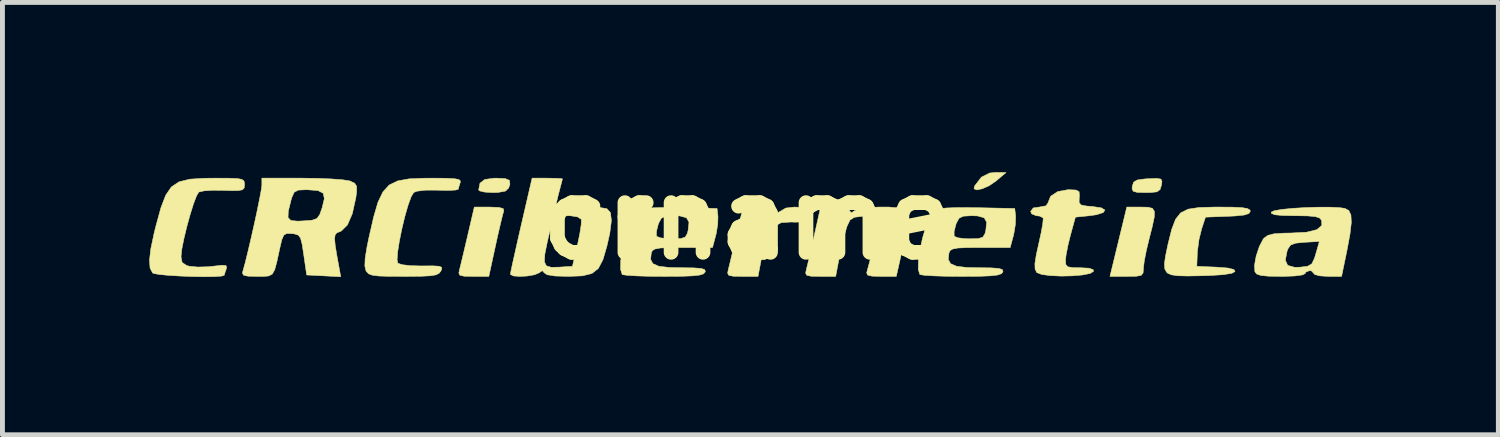
<source format=kicad_pcb>
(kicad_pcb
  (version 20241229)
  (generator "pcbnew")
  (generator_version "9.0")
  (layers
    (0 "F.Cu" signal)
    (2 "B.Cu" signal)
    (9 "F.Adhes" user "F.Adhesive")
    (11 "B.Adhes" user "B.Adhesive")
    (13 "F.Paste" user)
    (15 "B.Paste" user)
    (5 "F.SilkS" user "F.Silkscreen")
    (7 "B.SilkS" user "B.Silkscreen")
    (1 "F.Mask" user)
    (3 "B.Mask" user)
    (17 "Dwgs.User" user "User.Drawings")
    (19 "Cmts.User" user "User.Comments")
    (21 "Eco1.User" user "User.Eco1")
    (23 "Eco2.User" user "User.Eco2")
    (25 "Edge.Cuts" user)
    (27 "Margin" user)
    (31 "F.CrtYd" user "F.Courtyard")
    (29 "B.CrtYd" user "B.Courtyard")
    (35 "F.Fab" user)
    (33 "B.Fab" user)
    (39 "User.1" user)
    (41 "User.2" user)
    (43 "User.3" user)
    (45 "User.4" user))
  (footprint "crname"
    (layer "F.Cu")
    (at 12.226 1.418)
    (property "Reference" "crname" (at 0 0 0) (layer "F.SilkS") (effects (font (size 1.524 1.524) (thickness 0.3))))
    (attr through_hole)
    (fp_poly (pts (xy 5.287 -0.942) (xy 5.08 -0.768) (xy 4.941 -0.672) (xy 4.801 -0.61) (xy 4.689 -0.587) (xy 4.631 -0.61) (xy 4.642 -0.665) (xy 4.783 -0.848) (xy 4.952 -0.932) (xy 5.074 -0.944) (xy 5.287 -0.942)) (stroke (width 0.01) (type solid)) (fill yes) (layer "F.SilkS"))
    (fp_poly (pts (xy -4.949 -0.818) (xy -4.863 -0.782) (xy -4.854 -0.703) (xy -4.88 -0.625) (xy -4.945 -0.563) (xy -5.095 -0.535) (xy -5.204 -0.532) (xy -5.371 -0.542) (xy -5.475 -0.567) (xy -5.493 -0.586) (xy -5.466 -0.724) (xy -5.37 -0.799) (xy -5.185 -0.826) (xy -5.133 -0.827) (xy -4.949 -0.818)) (stroke (width 0.01) (type solid)) (fill yes) (layer "F.SilkS"))
    (fp_poly (pts (xy 8.451 -0.808) (xy 8.473 -0.759) (xy 8.462 -0.682) (xy 8.433 -0.592) (xy 8.37 -0.547) (xy 8.238 -0.533) (xy 8.141 -0.532) (xy 7.967 -0.536) (xy 7.884 -0.56) (xy 7.862 -0.615) (xy 7.867 -0.665) (xy 7.894 -0.745) (xy 7.966 -0.789) (xy 8.115 -0.81) (xy 8.188 -0.815) (xy 8.365 -0.822) (xy 8.451 -0.808)) (stroke (width 0.01) (type solid)) (fill yes) (layer "F.SilkS"))
    (fp_poly (pts (xy 8.187 -0.233) (xy 8.278 -0.21) (xy 8.319 -0.147) (xy 8.315 -0.026) (xy 8.272 0.174) (xy 8.211 0.413) (xy 8.154 0.65) (xy 8.112 0.863) (xy 8.094 1.009) (xy 8.094 1.019) (xy 8.087 1.11) (xy 8.049 1.159) (xy 7.951 1.178) (xy 7.765 1.181) (xy 7.751 1.181) (xy 7.41 1.181) (xy 7.582 0.473) (xy 7.754 -0.236) (xy 8.042 -0.236) (xy 8.187 -0.233)) (stroke (width 0.01) (type solid)) (fill yes) (layer "F.SilkS"))
    (fp_poly (pts (xy -5.08 -0.229) (xy -4.991 -0.205) (xy -4.979 -0.158) (xy -4.981 -0.153) (xy -5.006 -0.064) (xy -5.049 0.113) (xy -5.104 0.35) (xy -5.149 0.556) (xy -5.285 1.181) (xy -5.603 1.181) (xy -5.785 1.178) (xy -5.875 1.159) (xy -5.898 1.114) (xy -5.885 1.048) (xy -5.857 0.935) (xy -5.81 0.739) (xy -5.752 0.493) (xy -5.716 0.34) (xy -5.582 -0.236) (xy -5.266 -0.236) (xy -5.08 -0.229)) (stroke (width 0.01) (type solid)) (fill yes) (layer "F.SilkS"))
    (fp_poly (pts (xy 1.106 -0.229) (xy 1.168 -0.193) (xy 1.174 -0.104) (xy 1.171 -0.075) (xy 1.149 0.026) (xy 1.092 0.069) (xy 0.964 0.073) (xy 0.903 0.069) (xy 0.691 0.082) (xy 0.534 0.166) (xy 0.417 0.335) (xy 0.33 0.602) (xy 0.298 0.753) (xy 0.217 1.181) (xy -0.105 1.181) (xy -0.289 1.178) (xy -0.38 1.16) (xy -0.404 1.115) (xy -0.392 1.048) (xy -0.364 0.935) (xy -0.317 0.739) (xy -0.258 0.493) (xy -0.223 0.34) (xy -0.089 -0.236) (xy 0.19 -0.236) (xy 0.361 -0.228) (xy 0.435 -0.199) (xy 0.437 -0.154) (xy 0.433 -0.061) (xy 0.496 -0.039) (xy 0.594 -0.092) (xy 0.621 -0.12) (xy 0.786 -0.216) (xy 0.958 -0.236) (xy 1.106 -0.229)) (stroke (width 0.01) (type solid)) (fill yes) (layer "F.SilkS"))
    (fp_poly (pts (xy 9.919 -0.234) (xy 10.112 -0.224) (xy 10.223 -0.205) (xy 10.272 -0.174) (xy 10.278 -0.15) (xy 10.25 -0.104) (xy 10.154 -0.073) (xy 9.97 -0.054) (xy 9.82 -0.047) (xy 9.363 -0.03) (xy 9.284 0.207) (xy 9.23 0.426) (xy 9.198 0.665) (xy 9.195 0.709) (xy 9.185 0.975) (xy 9.588 0.992) (xy 9.82 1.01) (xy 9.943 1.04) (xy 9.967 1.081) (xy 9.9 1.118) (xy 9.724 1.146) (xy 9.435 1.164) (xy 9.293 1.168) (xy 8.994 1.173) (xy 8.792 1.168) (xy 8.665 1.149) (xy 8.59 1.116) (xy 8.565 1.092) (xy 8.53 1.026) (xy 8.523 0.925) (xy 8.546 0.762) (xy 8.598 0.515) (xy 8.672 0.22) (xy 8.75 0.015) (xy 8.854 -0.117) (xy 9.007 -0.193) (xy 9.23 -0.227) (xy 9.544 -0.236) (xy 9.626 -0.236) (xy 9.919 -0.234)) (stroke (width 0.01) (type solid)) (fill yes) (layer "F.SilkS"))
    (fp_poly (pts (xy 1.966 -0.221) (xy 2.072 -0.18) (xy 2.085 -0.162) (xy 2.124 -0.118) (xy 2.19 -0.162) (xy 2.285 -0.198) (xy 2.46 -0.223) (xy 2.675 -0.236) (xy 2.893 -0.236) (xy 3.074 -0.22) (xy 3.155 -0.2) (xy 3.225 -0.117) (xy 3.246 0.065) (xy 3.219 0.347) (xy 3.146 0.724) (xy 3.043 1.181) (xy 2.729 1.181) (xy 2.547 1.176) (xy 2.458 1.155) (xy 2.438 1.109) (xy 2.445 1.078) (xy 2.504 0.859) (xy 2.558 0.614) (xy 2.603 0.376) (xy 2.631 0.176) (xy 2.639 0.047) (xy 2.634 0.024) (xy 2.57 -0.036) (xy 2.424 -0.051) (xy 2.349 -0.048) (xy 2.186 -0.027) (xy 2.098 0.028) (xy 2.039 0.149) (xy 2.022 0.201) (xy 1.969 0.388) (xy 1.912 0.629) (xy 1.875 0.806) (xy 1.804 1.181) (xy 1.486 1.181) (xy 1.304 1.178) (xy 1.214 1.159) (xy 1.19 1.114) (xy 1.203 1.048) (xy 1.231 0.935) (xy 1.277 0.739) (xy 1.333 0.492) (xy 1.367 0.34) (xy 1.496 -0.236) (xy 1.777 -0.236) (xy 1.966 -0.221)) (stroke (width 0.01) (type solid)) (fill yes) (layer "F.SilkS"))
    (fp_poly (pts (xy 6.716 -0.584) (xy 6.779 -0.55) (xy 6.786 -0.464) (xy 6.782 -0.428) (xy 6.779 -0.33) (xy 6.818 -0.28) (xy 6.928 -0.257) (xy 7.048 -0.248) (xy 7.233 -0.22) (xy 7.307 -0.175) (xy 7.273 -0.124) (xy 7.133 -0.079) (xy 6.995 -0.059) (xy 6.704 -0.03) (xy 6.606 0.325) (xy 6.552 0.543) (xy 6.514 0.739) (xy 6.502 0.842) (xy 6.507 0.937) (xy 6.548 0.985) (xy 6.654 1.002) (xy 6.798 1.004) (xy 6.986 1.014) (xy 7.069 1.045) (xy 7.074 1.078) (xy 7.004 1.121) (xy 6.849 1.152) (xy 6.64 1.17) (xy 6.411 1.175) (xy 6.192 1.165) (xy 6.016 1.142) (xy 5.916 1.103) (xy 5.911 1.097) (xy 5.879 1.029) (xy 5.876 0.919) (xy 5.904 0.742) (xy 5.953 0.519) (xy 6.003 0.292) (xy 6.036 0.109) (xy 6.046 0.000466) (xy 6.043 -0.015) (xy 5.971 -0.052) (xy 5.903 -0.059) (xy 5.81 -0.097) (xy 5.789 -0.148) (xy 5.842 -0.218) (xy 5.966 -0.236) (xy 6.104 -0.262) (xy 6.143 -0.321) (xy 6.197 -0.457) (xy 6.341 -0.552) (xy 6.551 -0.591) (xy 6.565 -0.591) (xy 6.716 -0.584)) (stroke (width 0.01) (type solid)) (fill yes) (layer "F.SilkS"))
    (fp_poly (pts (xy -6.162 -0.825) (xy -5.99 -0.816) (xy -5.897 -0.799) (xy -5.866 -0.768) (xy -5.871 -0.734) (xy -5.903 -0.63) (xy -5.907 -0.601) (xy -5.961 -0.584) (xy -6.103 -0.576) (xy -6.304 -0.58) (xy -6.323 -0.581) (xy -6.576 -0.582) (xy -6.754 -0.56) (xy -6.821 -0.533) (xy -6.874 -0.444) (xy -6.936 -0.272) (xy -7.001 -0.046) (xy -7.062 0.207) (xy -7.113 0.457) (xy -7.148 0.677) (xy -7.16 0.838) (xy -7.146 0.911) (xy -7.057 0.942) (xy -6.884 0.962) (xy -6.659 0.968) (xy -6.644 0.967) (xy -6.422 0.966) (xy -6.296 0.974) (xy -6.247 0.998) (xy -6.252 1.043) (xy -6.265 1.071) (xy -6.302 1.118) (xy -6.367 1.15) (xy -6.48 1.169) (xy -6.664 1.178) (xy -6.939 1.181) (xy -7.029 1.181) (xy -7.331 1.18) (xy -7.536 1.173) (xy -7.665 1.157) (xy -7.741 1.129) (xy -7.784 1.086) (xy -7.796 1.066) (xy -7.819 0.97) (xy -7.813 0.812) (xy -7.774 0.573) (xy -7.732 0.372) (xy -7.64 -0.031) (xy -7.552 -0.332) (xy -7.45 -0.546) (xy -7.321 -0.687) (xy -7.147 -0.771) (xy -6.912 -0.813) (xy -6.601 -0.826) (xy -6.434 -0.827) (xy -6.162 -0.825)) (stroke (width 0.01) (type solid)) (fill yes) (layer "F.SilkS"))
    (fp_poly (pts (xy -10.598 -0.826) (xy -10.427 -0.819) (xy -10.331 -0.801) (xy -10.289 -0.768) (xy -10.278 -0.714) (xy -10.278 -0.694) (xy -10.285 -0.626) (xy -10.323 -0.588) (xy -10.417 -0.572) (xy -10.592 -0.573) (xy -10.706 -0.577) (xy -10.928 -0.579) (xy -11.108 -0.567) (xy -11.209 -0.544) (xy -11.212 -0.542) (xy -11.259 -0.465) (xy -11.321 -0.302) (xy -11.39 -0.082) (xy -11.458 0.165) (xy -11.517 0.41) (xy -11.56 0.624) (xy -11.576 0.776) (xy -11.576 0.778) (xy -11.554 0.897) (xy -11.461 0.959) (xy -11.398 0.975) (xy -11.231 0.99) (xy -11.016 0.984) (xy -10.917 0.973) (xy -10.742 0.953) (xy -10.658 0.959) (xy -10.643 0.998) (xy -10.653 1.032) (xy -10.686 1.129) (xy -10.692 1.157) (xy -10.746 1.175) (xy -10.891 1.185) (xy -11.099 1.188) (xy -11.343 1.184) (xy -11.596 1.174) (xy -11.831 1.16) (xy -12.02 1.142) (xy -12.136 1.121) (xy -12.157 1.111) (xy -12.209 1.012) (xy -12.221 0.851) (xy -12.193 0.613) (xy -12.123 0.284) (xy -12.084 0.131) (xy -11.987 -0.223) (xy -11.89 -0.477) (xy -11.773 -0.648) (xy -11.616 -0.752) (xy -11.397 -0.806) (xy -11.096 -0.825) (xy -10.865 -0.827) (xy -10.598 -0.826)) (stroke (width 0.01) (type solid)) (fill yes) (layer "F.SilkS"))
    (fp_poly (pts (xy -3.917 -0.824) (xy -3.805 -0.818) (xy -3.781 -0.812) (xy -3.795 -0.752) (xy -3.832 -0.612) (xy -3.868 -0.475) (xy -3.917 -0.262) (xy -3.922 -0.148) (xy -3.879 -0.118) (xy -3.784 -0.161) (xy -3.779 -0.165) (xy -3.657 -0.202) (xy -3.462 -0.227) (xy -3.238 -0.236) (xy -3.029 -0.229) (xy -2.879 -0.204) (xy -2.87 -0.2) (xy -2.799 -0.122) (xy -2.78 0.042) (xy -2.813 0.301) (xy -2.871 0.559) (xy -2.952 0.837) (xy -3.046 1.018) (xy -3.178 1.122) (xy -3.374 1.17) (xy -3.659 1.181) (xy -3.66 1.181) (xy -3.933 1.173) (xy -4.095 1.147) (xy -4.152 1.108) (xy -4.192 1.063) (xy -4.257 1.108) (xy -4.348 1.147) (xy -4.494 1.173) (xy -4.653 1.182) (xy -4.783 1.172) (xy -4.844 1.141) (xy -4.844 1.137) (xy -4.832 1.067) (xy -4.797 0.903) (xy -4.792 0.881) (xy -4.15 0.881) (xy -4.11 0.965) (xy -4.01 0.995) (xy -3.85 0.992) (xy -3.576 0.975) (xy -3.472 0.532) (xy -3.426 0.31) (xy -3.398 0.129) (xy -3.393 0.023) (xy -3.395 0.015) (xy -3.468 -0.034) (xy -3.615 -0.058) (xy -3.653 -0.059) (xy -3.806 -0.048) (xy -3.91 -0.002) (xy -3.983 0.102) (xy -4.044 0.286) (xy -4.089 0.473) (xy -4.14 0.724) (xy -4.15 0.881) (xy -4.792 0.881) (xy -4.743 0.663) (xy -4.677 0.369) (xy -4.623 0.133) (xy -4.401 -0.827) (xy -4.091 -0.827) (xy -3.917 -0.824)) (stroke (width 0.01) (type solid)) (fill yes) (layer "F.SilkS"))
    (fp_poly (pts (xy -1.44 -0.224) (xy -1.389 -0.223) (xy -0.62 -0.207) (xy -0.602 -0.049) (xy -0.606 0.112) (xy -0.638 0.308) (xy -0.649 0.35) (xy -0.713 0.591) (xy -1.324 0.591) (xy -1.602 0.593) (xy -1.782 0.601) (xy -1.889 0.621) (xy -1.942 0.654) (xy -1.964 0.7) (xy -1.979 0.832) (xy -1.933 0.92) (xy -1.81 0.974) (xy -1.597 0.999) (xy -1.358 1.004) (xy -1.105 1.007) (xy -0.95 1.018) (xy -0.875 1.04) (xy -0.86 1.077) (xy -0.865 1.093) (xy -0.898 1.129) (xy -0.977 1.154) (xy -1.119 1.17) (xy -1.343 1.179) (xy -1.664 1.181) (xy -1.709 1.181) (xy -2.008 1.179) (xy -2.263 1.171) (xy -2.451 1.16) (xy -2.551 1.146) (xy -2.56 1.142) (xy -2.592 1.039) (xy -2.589 0.857) (xy -2.556 0.627) (xy -2.501 0.38) (xy -2.466 0.266) (xy -1.86 0.266) (xy -1.858 0.358) (xy -1.857 0.361) (xy -1.783 0.392) (xy -1.633 0.411) (xy -1.537 0.413) (xy -1.363 0.408) (xy -1.272 0.379) (xy -1.229 0.306) (xy -1.211 0.238) (xy -1.194 0.074) (xy -1.245 -0.017) (xy -1.383 -0.055) (xy -1.504 -0.059) (xy -1.669 -0.05) (xy -1.758 -0.009) (xy -1.812 0.09) (xy -1.825 0.125) (xy -1.86 0.266) (xy -2.466 0.266) (xy -2.43 0.146) (xy -2.352 -0.043) (xy -2.272 -0.157) (xy -2.265 -0.162) (xy -2.179 -0.196) (xy -2.022 -0.217) (xy -1.781 -0.226) (xy -1.44 -0.224)) (stroke (width 0.01) (type solid)) (fill yes) (layer "F.SilkS"))
    (fp_poly (pts (xy 4.644 -0.224) (xy 4.695 -0.223) (xy 5.464 -0.207) (xy 5.482 -0.049) (xy 5.478 0.112) (xy 5.446 0.308) (xy 5.436 0.35) (xy 5.371 0.591) (xy 4.76 0.591) (xy 4.483 0.593) (xy 4.302 0.601) (xy 4.196 0.621) (xy 4.142 0.654) (xy 4.12 0.7) (xy 4.105 0.832) (xy 4.151 0.92) (xy 4.274 0.974) (xy 4.487 0.999) (xy 4.727 1.004) (xy 4.979 1.007) (xy 5.134 1.018) (xy 5.209 1.04) (xy 5.224 1.077) (xy 5.22 1.093) (xy 5.186 1.129) (xy 5.107 1.154) (xy 4.965 1.17) (xy 4.742 1.179) (xy 4.42 1.181) (xy 4.375 1.181) (xy 4.076 1.179) (xy 3.822 1.171) (xy 3.633 1.16) (xy 3.533 1.146) (xy 3.524 1.142) (xy 3.492 1.039) (xy 3.496 0.857) (xy 3.528 0.627) (xy 3.584 0.38) (xy 3.618 0.266) (xy 4.224 0.266) (xy 4.226 0.358) (xy 4.228 0.361) (xy 4.301 0.392) (xy 4.451 0.411) (xy 4.547 0.413) (xy 4.721 0.408) (xy 4.812 0.379) (xy 4.856 0.306) (xy 4.873 0.238) (xy 4.89 0.074) (xy 4.839 -0.017) (xy 4.702 -0.055) (xy 4.58 -0.059) (xy 4.415 -0.05) (xy 4.327 -0.009) (xy 4.272 0.09) (xy 4.26 0.125) (xy 4.224 0.266) (xy 3.618 0.266) (xy 3.654 0.146) (xy 3.733 -0.043) (xy 3.813 -0.157) (xy 3.819 -0.162) (xy 3.906 -0.196) (xy 4.062 -0.217) (xy 4.303 -0.226) (xy 4.644 -0.224)) (stroke (width 0.01) (type solid)) (fill yes) (layer "F.SilkS"))
    (fp_poly (pts (xy 11.907 -0.234) (xy 12.106 -0.224) (xy 12.213 -0.208) (xy 12.292 -0.165) (xy 12.335 -0.074) (xy 12.343 0.08) (xy 12.316 0.315) (xy 12.255 0.644) (xy 12.245 0.694) (xy 12.144 1.181) (xy 11.861 1.181) (xy 11.696 1.17) (xy 11.594 1.142) (xy 11.578 1.122) (xy 11.53 1.07) (xy 11.489 1.063) (xy 11.41 1.095) (xy 11.4 1.122) (xy 11.345 1.151) (xy 11.193 1.172) (xy 10.965 1.181) (xy 10.905 1.181) (xy 10.652 1.177) (xy 10.493 1.162) (xy 10.407 1.131) (xy 10.372 1.086) (xy 10.364 0.954) (xy 10.383 0.85) (xy 10.994 0.85) (xy 11.043 0.956) (xy 11.185 0.995) (xy 11.294 0.993) (xy 11.451 0.973) (xy 11.537 0.923) (xy 11.591 0.807) (xy 11.617 0.721) (xy 11.69 0.467) (xy 11.387 0.484) (xy 11.205 0.502) (xy 11.104 0.539) (xy 11.05 0.614) (xy 11.03 0.666) (xy 10.994 0.85) (xy 10.383 0.85) (xy 10.398 0.766) (xy 10.462 0.572) (xy 10.541 0.42) (xy 10.559 0.399) (xy 10.636 0.343) (xy 10.762 0.31) (xy 10.964 0.297) (xy 11.103 0.295) (xy 11.428 0.278) (xy 11.64 0.225) (xy 11.74 0.138) (xy 11.737 0.038) (xy 11.698 -0.01) (xy 11.611 -0.04) (xy 11.453 -0.055) (xy 11.201 -0.059) (xy 11.191 -0.059) (xy 10.932 -0.064) (xy 10.777 -0.079) (xy 10.71 -0.107) (xy 10.706 -0.133) (xy 10.771 -0.162) (xy 10.926 -0.188) (xy 11.145 -0.21) (xy 11.399 -0.225) (xy 11.663 -0.234) (xy 11.907 -0.234)) (stroke (width 0.01) (type solid)) (fill yes) (layer "F.SilkS"))
    (fp_poly (pts (xy -8.787 -0.823) (xy -8.504 -0.811) (xy -8.279 -0.794) (xy -8.138 -0.773) (xy -8.119 -0.767) (xy -8.025 -0.722) (xy -7.986 -0.658) (xy -7.988 -0.537) (xy -8.003 -0.427) (xy -8.075 -0.101) (xy -8.175 0.13) (xy -8.301 0.254) (xy -8.33 0.266) (xy -8.391 0.291) (xy -8.426 0.331) (xy -8.437 0.41) (xy -8.425 0.547) (xy -8.389 0.766) (xy -8.353 0.963) (xy -8.312 1.188) (xy -9.008 1.152) (xy -9.068 0.738) (xy -9.101 0.523) (xy -9.134 0.398) (xy -9.181 0.337) (xy -9.257 0.313) (xy -9.308 0.307) (xy -9.411 0.303) (xy -9.473 0.335) (xy -9.515 0.427) (xy -9.558 0.607) (xy -9.563 0.632) (xy -9.618 0.886) (xy -9.662 1.047) (xy -9.713 1.136) (xy -9.788 1.173) (xy -9.906 1.182) (xy -10.02 1.181) (xy -10.206 1.177) (xy -10.298 1.157) (xy -10.321 1.113) (xy -10.313 1.078) (xy -10.268 0.916) (xy -10.211 0.684) (xy -10.146 0.408) (xy -10.08 0.116) (xy -10.05 -0.021) (xy -9.389 -0.021) (xy -9.33 0.039) (xy -9.194 0.052) (xy -9.082 0.047) (xy -8.9 0.033) (xy -8.799 -0.002) (xy -8.741 -0.082) (xy -8.69 -0.228) (xy -8.647 -0.41) (xy -8.671 -0.519) (xy -8.777 -0.573) (xy -8.982 -0.589) (xy -9.02 -0.59) (xy -9.179 -0.583) (xy -9.263 -0.54) (xy -9.312 -0.431) (xy -9.33 -0.369) (xy -9.384 -0.15) (xy -9.389 -0.021) (xy -10.05 -0.021) (xy -10.019 -0.166) (xy -9.969 -0.412) (xy -9.935 -0.594) (xy -9.924 -0.683) (xy -9.924 -0.827) (xy -9.101 -0.827) (xy -8.787 -0.823)) (stroke (width 0.01) (type solid)) (fill yes) (layer "F.SilkS")))
  (gr_rect
    (start -3 -3)
    (end 27.574 5.836)
    (stroke (width 0.1) (type default))
    (fill no)
    (layer "Edge.Cuts")))
</source>
